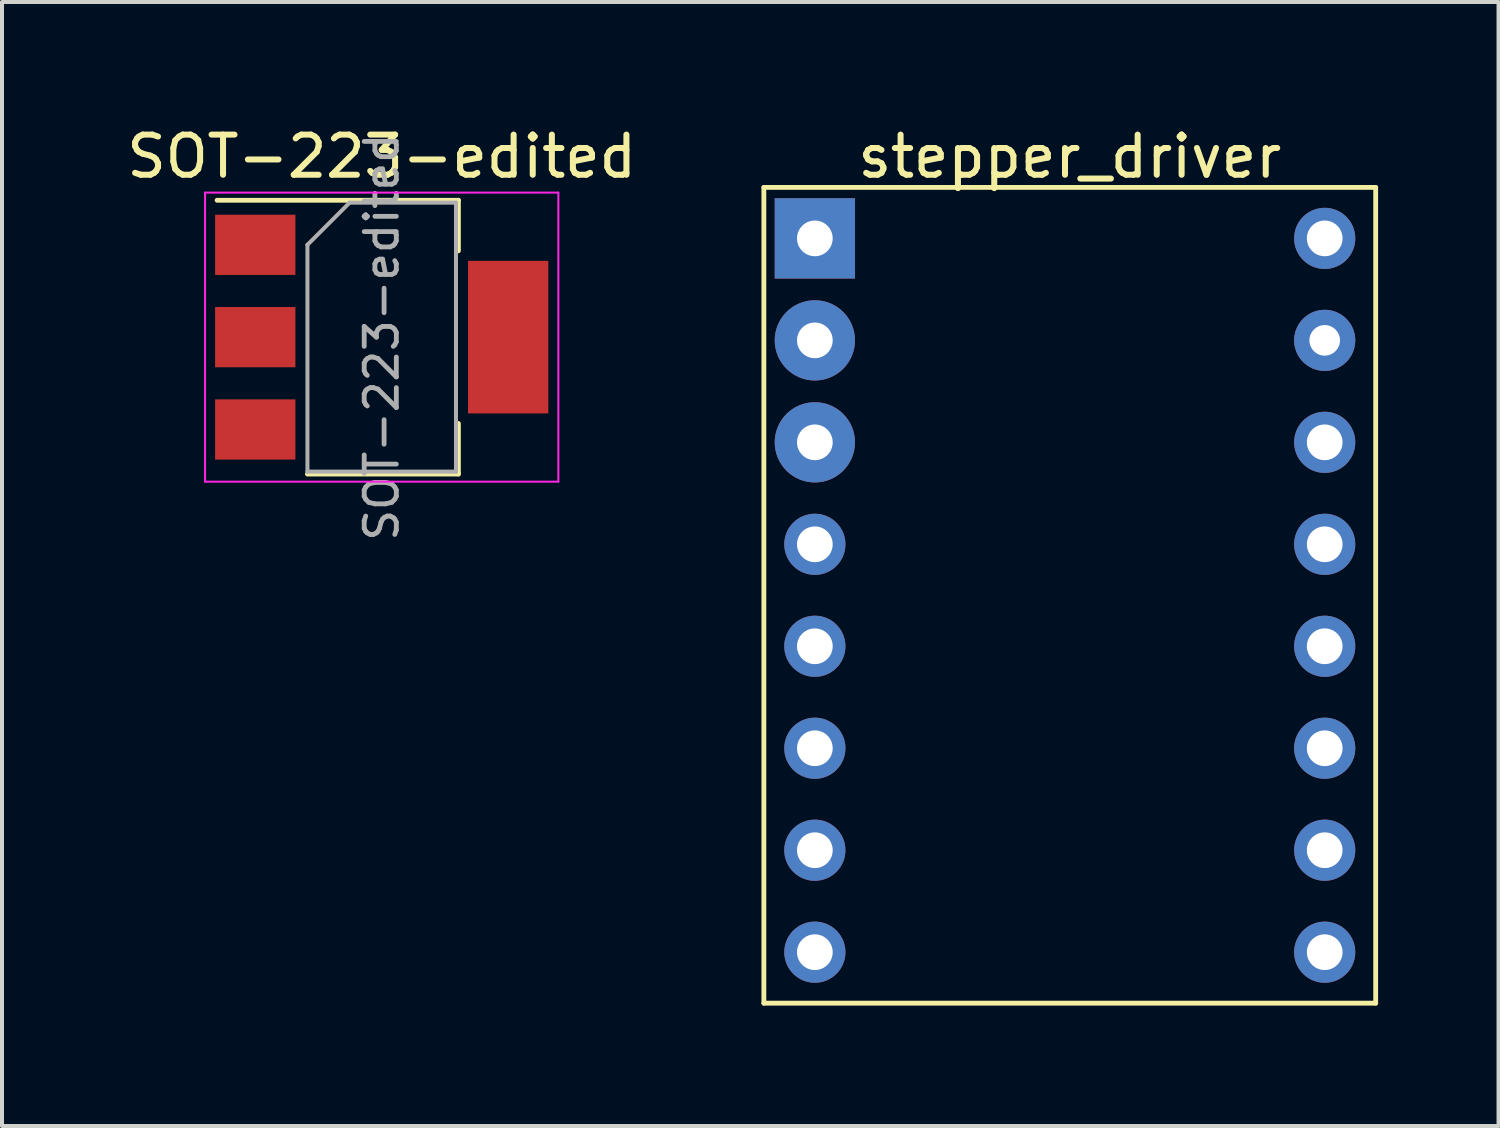
<source format=kicad_pcb>
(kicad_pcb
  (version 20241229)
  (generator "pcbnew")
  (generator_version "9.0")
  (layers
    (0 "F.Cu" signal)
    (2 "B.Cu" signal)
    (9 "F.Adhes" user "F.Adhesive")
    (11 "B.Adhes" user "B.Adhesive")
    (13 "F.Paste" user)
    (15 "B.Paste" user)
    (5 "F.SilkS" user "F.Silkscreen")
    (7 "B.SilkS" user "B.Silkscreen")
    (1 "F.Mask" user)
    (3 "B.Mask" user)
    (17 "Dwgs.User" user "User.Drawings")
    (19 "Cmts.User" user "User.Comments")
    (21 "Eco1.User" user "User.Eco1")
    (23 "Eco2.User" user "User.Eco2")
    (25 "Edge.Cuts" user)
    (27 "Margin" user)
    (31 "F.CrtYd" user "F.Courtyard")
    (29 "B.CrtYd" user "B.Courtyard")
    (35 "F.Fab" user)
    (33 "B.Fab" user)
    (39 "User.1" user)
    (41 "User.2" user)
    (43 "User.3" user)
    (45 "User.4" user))
  (footprint "stepper_driver"
    (layer "F.Cu")
    (at 23.597 0.348)
    (property "Reference" "stepper_driver" (at 0 0.5 0) (layer "F.SilkS") (effects (font (size 1 1) (thickness 0.15))))
    (attr through_hole)
    (fp_line (start -7.62 1.27) (end 7.62 1.27) (stroke (width 0.12) (type solid)) (layer "F.SilkS"))
    (fp_line (start -7.62 21.59) (end -7.62 1.27) (stroke (width 0.12) (type solid)) (layer "F.SilkS"))
    (fp_line (start 7.62 1.27) (end 7.62 21.59) (stroke (width 0.12) (type solid)) (layer "F.SilkS"))
    (fp_line (start 7.62 21.59) (end -7.62 21.59) (stroke (width 0.12) (type solid)) (layer "F.SilkS"))
    (pad "1" thru_hole rect (at -6.35 2.54) (size 2 2) (drill 0.889) (layers "*.Cu" "*.Mask"))
    (pad "2" thru_hole circle (at -6.35 5.08) (size 2 2) (drill 0.889) (layers "*.Cu" "*.Mask"))
    (pad "3" thru_hole circle (at -6.35 7.62) (size 2 2) (drill 0.889) (layers "*.Cu" "*.Mask"))
    (pad "4" thru_hole circle (at -6.35 10.16) (size 1.524 1.524) (drill 0.889) (layers "*.Cu" "*.Mask"))
    (pad "5" thru_hole circle (at -6.35 12.7) (size 1.524 1.524) (drill 0.889) (layers "*.Cu" "*.Mask"))
    (pad "6" thru_hole circle (at -6.35 15.24) (size 1.524 1.524) (drill 0.889) (layers "*.Cu" "*.Mask"))
    (pad "7" thru_hole circle (at -6.35 17.78) (size 1.524 1.524) (drill 0.889) (layers "*.Cu" "*.Mask"))
    (pad "8" thru_hole circle (at -6.35 20.32) (size 1.524 1.524) (drill 0.889) (layers "*.Cu" "*.Mask"))
    (pad "9" thru_hole circle (at 6.35 2.54) (size 1.524 1.524) (drill 0.889) (layers "*.Cu" "*.Mask"))
    (pad "10" thru_hole circle (at 6.35 5.08) (size 1.524 1.524) (drill 0.762) (layers "*.Cu" "*.Mask"))
    (pad "11" thru_hole circle (at 6.35 7.62) (size 1.524 1.524) (drill 0.889) (layers "*.Cu" "*.Mask"))
    (pad "12" thru_hole circle (at 6.35 10.16) (size 1.524 1.524) (drill 0.889) (layers "*.Cu" "*.Mask"))
    (pad "13" thru_hole circle (at 6.35 12.7) (size 1.524 1.524) (drill 0.889) (layers "*.Cu" "*.Mask"))
    (pad "14" thru_hole circle (at 6.35 15.24) (size 1.524 1.524) (drill 0.889) (layers "*.Cu" "*.Mask"))
    (pad "15" thru_hole circle (at 6.35 17.78) (size 1.524 1.524) (drill 0.889) (layers "*.Cu" "*.Mask"))
    (pad "16" thru_hole circle (at 6.35 20.32) (size 1.524 1.524) (drill 0.889) (layers "*.Cu" "*.Mask")))
  (footprint "SOT-223-edited"
    (layer "F.Cu")
    (at 6.458 5.348)
    (property "Reference" "SOT-223-edited" (at 0 -4.5 0) (layer "F.SilkS") (effects (font (size 1 1) (thickness 0.15))))
    (attr smd)
    (fp_line (start -4.1 -3.41) (end 1.91 -3.41) (stroke (width 0.12) (type solid)) (layer "F.SilkS"))
    (fp_line (start -1.85 3.41) (end 1.91 3.41) (stroke (width 0.12) (type solid)) (layer "F.SilkS"))
    (fp_line (start 1.91 -3.41) (end 1.91 -2.15) (stroke (width 0.12) (type solid)) (layer "F.SilkS"))
    (fp_line (start 1.91 3.41) (end 1.91 2.15) (stroke (width 0.12) (type solid)) (layer "F.SilkS"))
    (fp_line (start -4.4 -3.6) (end -4.4 3.6) (stroke (width 0.05) (type solid)) (layer "F.CrtYd"))
    (fp_line (start -4.4 3.6) (end 4.4 3.6) (stroke (width 0.05) (type solid)) (layer "F.CrtYd"))
    (fp_line (start 4.4 -3.6) (end -4.4 -3.6) (stroke (width 0.05) (type solid)) (layer "F.CrtYd"))
    (fp_line (start 4.4 3.6) (end 4.4 -3.6) (stroke (width 0.05) (type solid)) (layer "F.CrtYd"))
    (fp_line (start -1.85 -2.3) (end -1.85 3.35) (stroke (width 0.1) (type solid)) (layer "F.Fab"))
    (fp_line (start -1.85 -2.3) (end -0.8 -3.35) (stroke (width 0.1) (type solid)) (layer "F.Fab"))
    (fp_line (start -1.85 3.35) (end 1.85 3.35) (stroke (width 0.1) (type solid)) (layer "F.Fab"))
    (fp_line (start -0.8 -3.35) (end 1.85 -3.35) (stroke (width 0.1) (type solid)) (layer "F.Fab"))
    (fp_line (start 1.85 -3.35) (end 1.85 3.35) (stroke (width 0.1) (type solid)) (layer "F.Fab"))
    (fp_text user "${REFERENCE}" (at 0 0 90) (layer "F.Fab") (effects (font (size 0.8 0.8) (thickness 0.12))))
    (pad "1" smd rect (at -3.15 -2.3) (size 2 1.5) (layers "F.Cu" "F.Mask" "F.Paste"))
    (pad "2" smd rect (at -3.15 0) (size 2 1.5) (layers "F.Cu" "F.Mask" "F.Paste"))
    (pad "2" smd rect (at 3.15 0) (size 2 3.8) (layers "F.Cu" "F.Mask" "F.Paste"))
    (pad "3" smd rect (at -3.15 2.3) (size 2 1.5) (layers "F.Cu" "F.Mask" "F.Paste")))
  (gr_rect
    (start -3 -3)
    (end 34.277 24.998)
    (stroke (width 0.1) (type default))
    (fill no)
    (layer "Edge.Cuts")))
</source>
